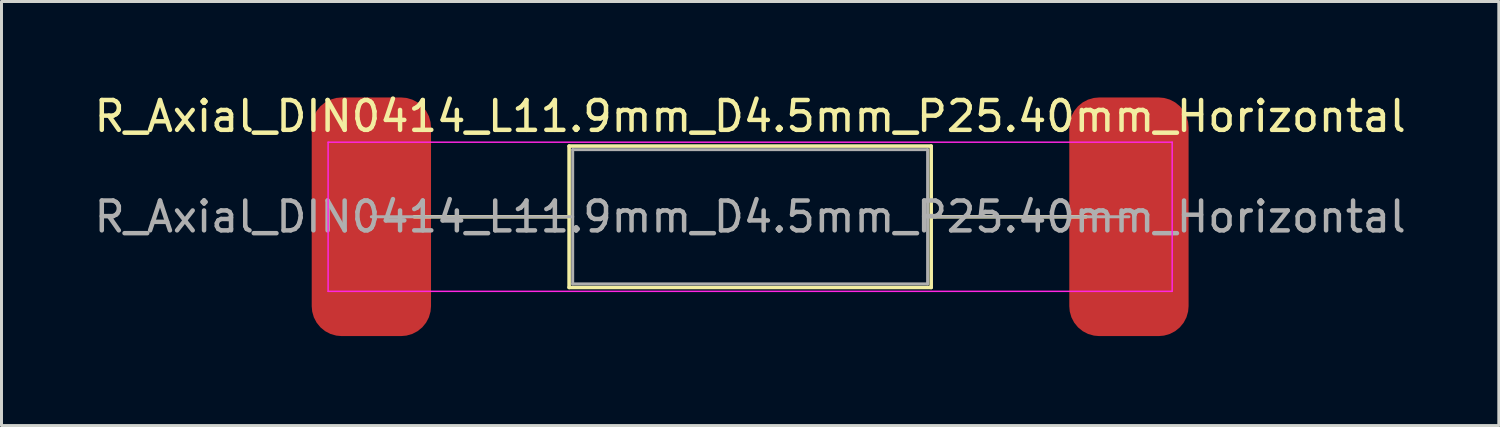
<source format=kicad_pcb>
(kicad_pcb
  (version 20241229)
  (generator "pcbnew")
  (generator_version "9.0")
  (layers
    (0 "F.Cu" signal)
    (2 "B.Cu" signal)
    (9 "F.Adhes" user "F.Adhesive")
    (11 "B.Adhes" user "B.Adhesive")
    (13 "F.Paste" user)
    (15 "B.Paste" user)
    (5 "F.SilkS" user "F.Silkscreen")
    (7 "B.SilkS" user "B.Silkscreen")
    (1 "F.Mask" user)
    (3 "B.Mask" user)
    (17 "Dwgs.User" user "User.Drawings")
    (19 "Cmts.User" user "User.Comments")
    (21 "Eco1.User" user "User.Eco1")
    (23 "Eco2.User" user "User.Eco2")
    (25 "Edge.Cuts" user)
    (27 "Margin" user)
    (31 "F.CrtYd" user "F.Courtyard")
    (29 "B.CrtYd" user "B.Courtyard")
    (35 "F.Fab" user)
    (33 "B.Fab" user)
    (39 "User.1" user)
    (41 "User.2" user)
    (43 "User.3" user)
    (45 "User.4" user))
  (footprint "R_Axial_DIN0414_L11.9mm_D4.5mm_P25.40mm_Horizontal"
    (layer "F.Cu")
    (at 9.401 4.218)
    (property "Reference" "R_Axial_DIN0414_L11.9mm_D4.5mm_P25.40mm_Horizontal" (at 12.7 -3.37 0) (layer "F.SilkS") (effects (font (size 1 1) (thickness 0.15))))
    (attr through_hole)
    (fp_line (start 1.44 0) (end 6.63 0) (stroke (width 0.12) (type solid)) (layer "F.SilkS"))
    (fp_line (start 6.63 -2.37) (end 6.63 2.37) (stroke (width 0.12) (type solid)) (layer "F.SilkS"))
    (fp_line (start 6.63 2.37) (end 18.77 2.37) (stroke (width 0.12) (type solid)) (layer "F.SilkS"))
    (fp_line (start 18.77 -2.37) (end 6.63 -2.37) (stroke (width 0.12) (type solid)) (layer "F.SilkS"))
    (fp_line (start 18.77 2.37) (end 18.77 -2.37) (stroke (width 0.12) (type solid)) (layer "F.SilkS"))
    (fp_line (start 23.96 0) (end 18.77 0) (stroke (width 0.12) (type solid)) (layer "F.SilkS"))
    (fp_line (start -1.45 -2.5) (end -1.45 2.5) (stroke (width 0.05) (type solid)) (layer "F.CrtYd"))
    (fp_line (start -1.45 2.5) (end 26.85 2.5) (stroke (width 0.05) (type solid)) (layer "F.CrtYd"))
    (fp_line (start 26.85 -2.5) (end -1.45 -2.5) (stroke (width 0.05) (type solid)) (layer "F.CrtYd"))
    (fp_line (start 26.85 2.5) (end 26.85 -2.5) (stroke (width 0.05) (type solid)) (layer "F.CrtYd"))
    (fp_line (start 0 0) (end 6.75 0) (stroke (width 0.1) (type solid)) (layer "F.Fab"))
    (fp_line (start 6.75 -2.25) (end 6.75 2.25) (stroke (width 0.1) (type solid)) (layer "F.Fab"))
    (fp_line (start 6.75 2.25) (end 18.65 2.25) (stroke (width 0.1) (type solid)) (layer "F.Fab"))
    (fp_line (start 18.65 -2.25) (end 6.75 -2.25) (stroke (width 0.1) (type solid)) (layer "F.Fab"))
    (fp_line (start 18.65 2.25) (end 18.65 -2.25) (stroke (width 0.1) (type solid)) (layer "F.Fab"))
    (fp_line (start 25.4 0) (end 18.65 0) (stroke (width 0.1) (type solid)) (layer "F.Fab"))
    (fp_text user "${REFERENCE}" (at 12.7 0 0) (layer "F.Fab") (effects (font (size 1 1) (thickness 0.15))))
    (pad "1" smd roundrect (at 0 0) (size 4 8) (layers "F.Cu" "F.Mask" "F.Paste") (roundrect_rratio 0.25))
    (pad "2" smd roundrect (at 25.4 0) (size 4 8) (layers "F.Cu" "F.Mask" "F.Paste") (roundrect_rratio 0.25)))
  (gr_rect
    (start -3 -3)
    (end 47.202 11.218)
    (stroke (width 0.1) (type default))
    (fill no)
    (layer "Edge.Cuts")))
</source>
